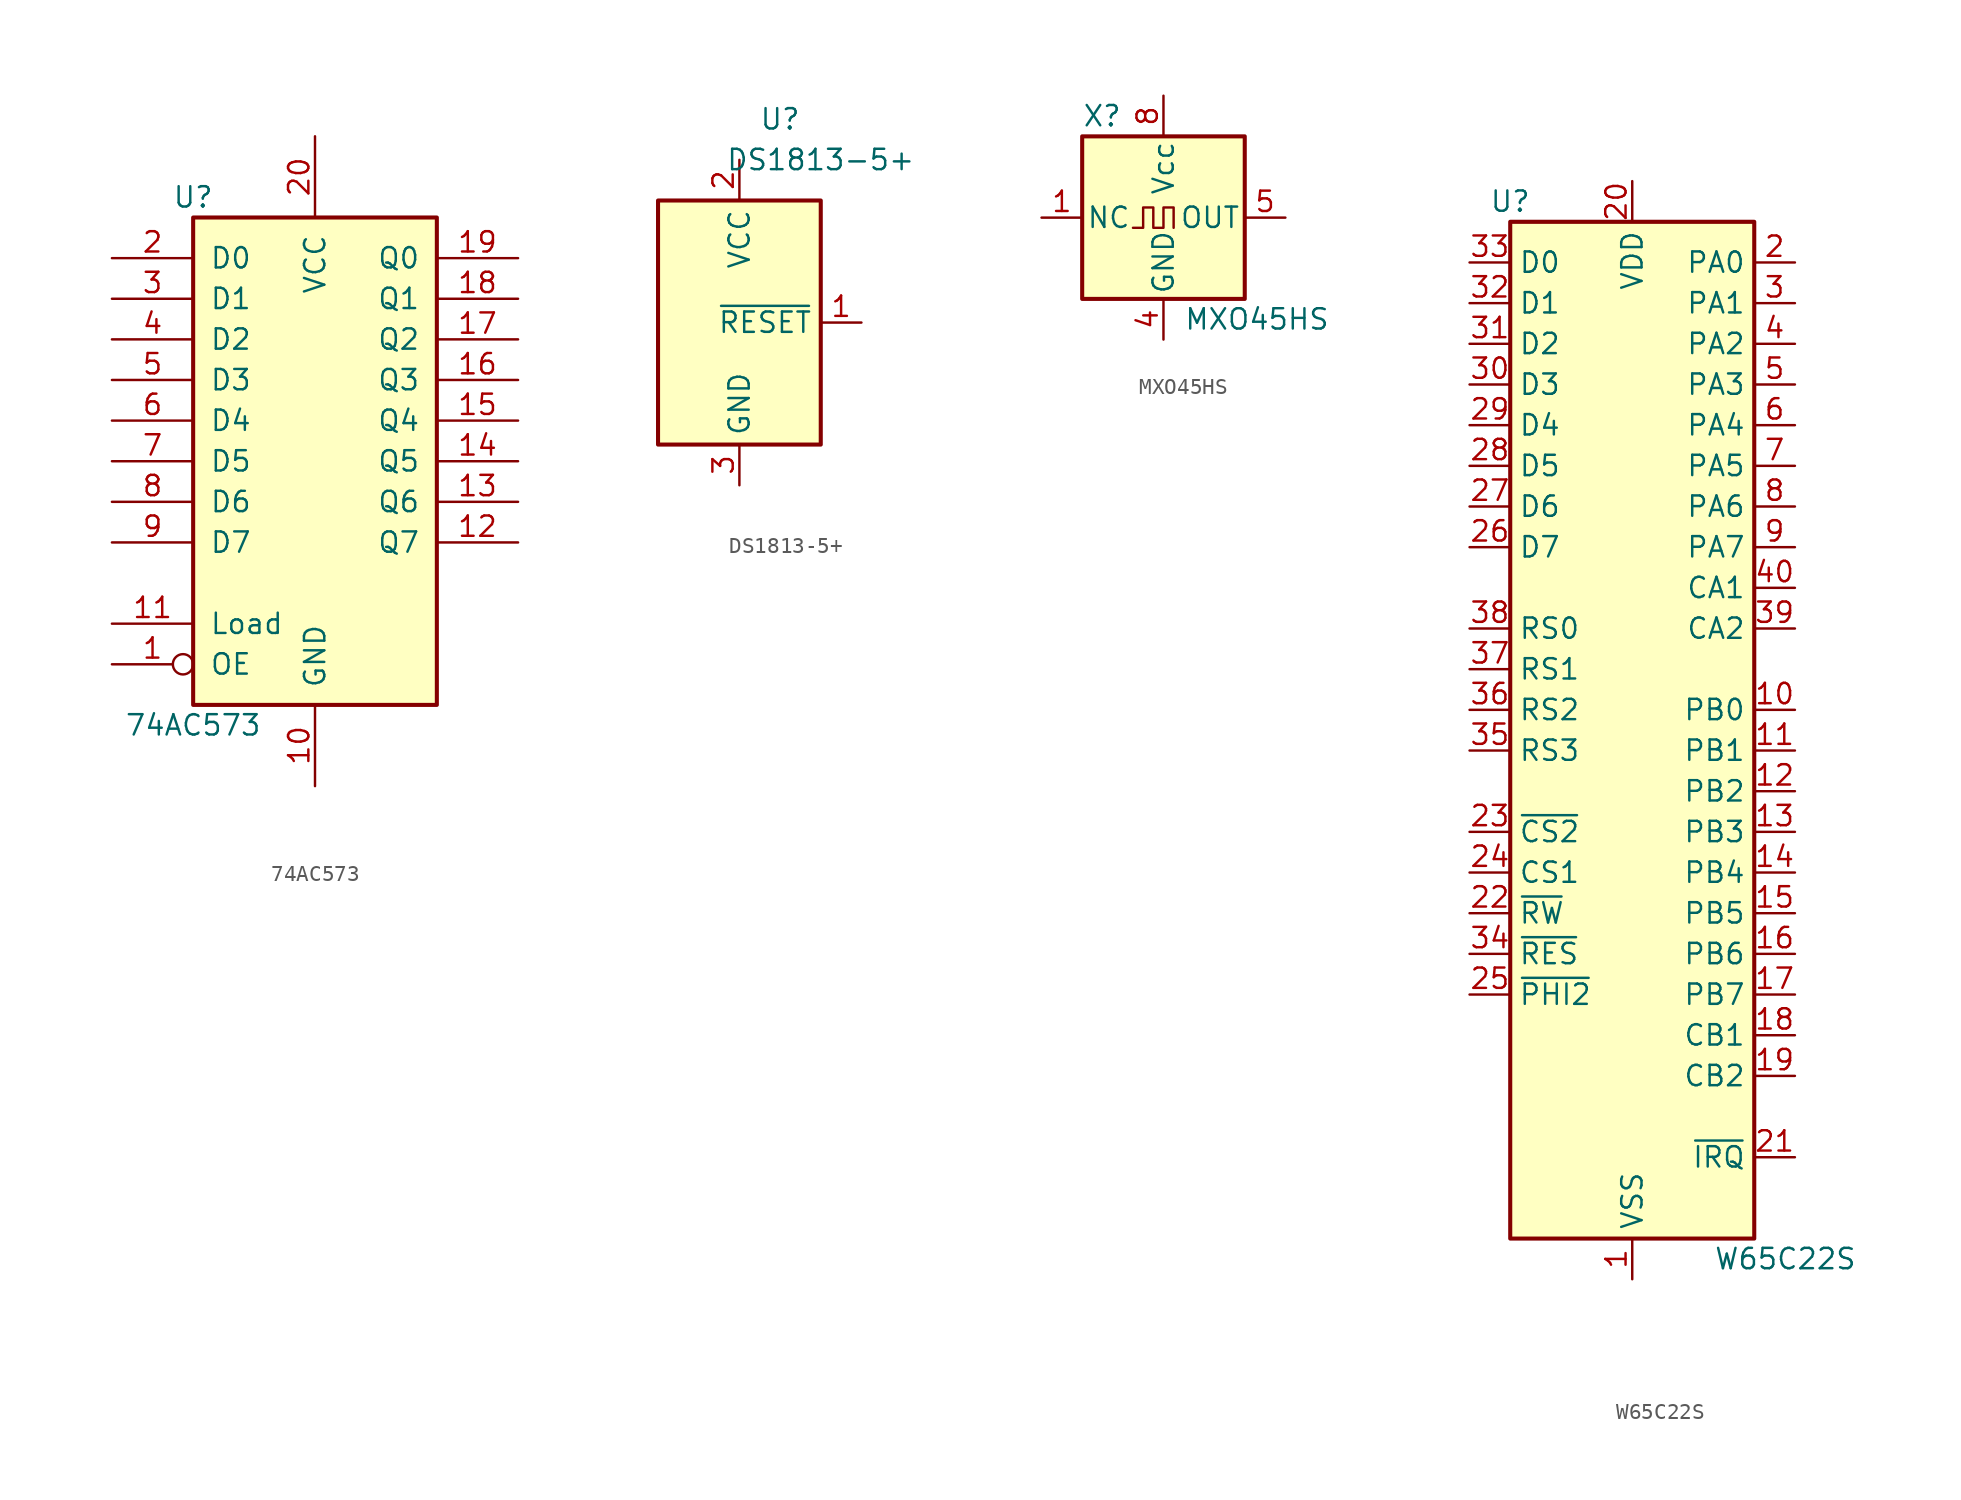
<source format=kicad_sym>
(kicad_symbol_lib
  (version 20211014)
  (generator kicad_symbol_editor)
  (symbol "74AC573"
    (pin_names
      (offset 1.016))
    (property "Reference" "U"
      (at -7.62 16.51 0)
      (effects (font (size 1.27 1.27))))
    (property "Value" "74AC573"
      (at -7.62 -16.51 0)
      (effects (font (size 1.27 1.27))))
    (symbol "74AC573_1_0"
      (pin input inverted (at -12.7 -12.7 0) (length 5.08) (name "OE" (effects (font (size 1.27 1.27)))) (number "1" (effects (font (size 1.27 1.27)))))
      (pin power_in line (at 0 -20.32 90) (length 5.08) (name "GND" (effects (font (size 1.27 1.27)))) (number "10" (effects (font (size 1.27 1.27)))))
      (pin input line (at -12.7 -10.16 0) (length 5.08) (name "Load" (effects (font (size 1.27 1.27)))) (number "11" (effects (font (size 1.27 1.27)))))
      (pin tri_state line (at 12.7 -5.08 180) (length 5.08) (name "Q7" (effects (font (size 1.27 1.27)))) (number "12" (effects (font (size 1.27 1.27)))))
      (pin tri_state line (at 12.7 -2.54 180) (length 5.08) (name "Q6" (effects (font (size 1.27 1.27)))) (number "13" (effects (font (size 1.27 1.27)))))
      (pin tri_state line (at 12.7 0 180) (length 5.08) (name "Q5" (effects (font (size 1.27 1.27)))) (number "14" (effects (font (size 1.27 1.27)))))
      (pin tri_state line (at 12.7 2.54 180) (length 5.08) (name "Q4" (effects (font (size 1.27 1.27)))) (number "15" (effects (font (size 1.27 1.27)))))
      (pin tri_state line (at 12.7 5.08 180) (length 5.08) (name "Q3" (effects (font (size 1.27 1.27)))) (number "16" (effects (font (size 1.27 1.27)))))
      (pin tri_state line (at 12.7 7.62 180) (length 5.08) (name "Q2" (effects (font (size 1.27 1.27)))) (number "17" (effects (font (size 1.27 1.27)))))
      (pin tri_state line (at 12.7 10.16 180) (length 5.08) (name "Q1" (effects (font (size 1.27 1.27)))) (number "18" (effects (font (size 1.27 1.27)))))
      (pin tri_state line (at 12.7 12.7 180) (length 5.08) (name "Q0" (effects (font (size 1.27 1.27)))) (number "19" (effects (font (size 1.27 1.27)))))
      (pin input line (at -12.7 12.7 0) (length 5.08) (name "D0" (effects (font (size 1.27 1.27)))) (number "2" (effects (font (size 1.27 1.27)))))
      (pin power_in line (at 0 20.32 270) (length 5.08) (name "VCC" (effects (font (size 1.27 1.27)))) (number "20" (effects (font (size 1.27 1.27)))))
      (pin input line (at -12.7 10.16 0) (length 5.08) (name "D1" (effects (font (size 1.27 1.27)))) (number "3" (effects (font (size 1.27 1.27)))))
      (pin input line (at -12.7 7.62 0) (length 5.08) (name "D2" (effects (font (size 1.27 1.27)))) (number "4" (effects (font (size 1.27 1.27)))))
      (pin input line (at -12.7 5.08 0) (length 5.08) (name "D3" (effects (font (size 1.27 1.27)))) (number "5" (effects (font (size 1.27 1.27)))))
      (pin input line (at -12.7 2.54 0) (length 5.08) (name "D4" (effects (font (size 1.27 1.27)))) (number "6" (effects (font (size 1.27 1.27)))))
      (pin input line (at -12.7 0 0) (length 5.08) (name "D5" (effects (font (size 1.27 1.27)))) (number "7" (effects (font (size 1.27 1.27)))))
      (pin input line (at -12.7 -2.54 0) (length 5.08) (name "D6" (effects (font (size 1.27 1.27)))) (number "8" (effects (font (size 1.27 1.27)))))
      (pin input line (at -12.7 -5.08 0) (length 5.08) (name "D7" (effects (font (size 1.27 1.27)))) (number "9" (effects (font (size 1.27 1.27))))))
    (symbol "74AC573_1_1"
      (rectangle (start -7.62 15.24) (end 7.62 -15.24) (stroke (width 0.254) (type default) (color 0 0 0 0)) (fill (type background)))))
  (symbol "DS1813-5+"
    (property "Reference" "U"
      (at 2.54 12.7 0)
      (effects (font (size 1.27 1.27))))
    (property "Value" "DS1813-5+"
      (at 5.08 10.16 0)
      (effects (font (size 1.27 1.27))))
    (symbol "DS1813-5+_0_1"
      (rectangle (start 5.08 7.62) (end -5.08 -7.62) (stroke (width 0.254) (type default) (color 0 0 0 0)) (fill (type background))))
    (symbol "DS1813-5+_1_1"
      (pin output line (at 7.62 0 180) (length 2.54) (name "~{RESET}" (effects (font (size 1.27 1.27)))) (number "1" (effects (font (size 1.27 1.27)))))
      (pin power_in line (at 0 10.16 270) (length 2.54) (name "VCC" (effects (font (size 1.27 1.27)))) (number "2" (effects (font (size 1.27 1.27)))))
      (pin power_in line (at 0 -10.16 90) (length 2.54) (name "GND" (effects (font (size 1.27 1.27)))) (number "3" (effects (font (size 1.27 1.27)))))))
  (symbol "MXO45HS"
    (pin_names
      (offset 0.254))
    (property "Reference" "X"
      (at -5.08 6.35 0)
      (effects (font (size 1.27 1.27)) (justify left)))
    (property "Value" "MXO45HS"
      (at 1.27 -6.35 0)
      (effects (font (size 1.27 1.27)) (justify left)))
    (symbol "MXO45HS_0_1"
      (rectangle (start -5.08 5.08) (end 5.08 -5.08) (stroke (width 0.254) (type default) (color 0 0 0 0)) (fill (type background)))
      (polyline (pts (xy -1.905 -0.635) (xy -1.27 -0.635) (xy -1.27 0.635) (xy -0.635 0.635) (xy -0.635 -0.635) (xy 0 -0.635) (xy 0 0.635) (xy 0.635 0.635) (xy 0.635 -0.635)) (stroke (width 0) (type default) (color 0 0 0 0)) (fill (type none))))
    (symbol "MXO45HS_1_1"
      (pin input line (at -7.62 0 0) (length 2.54) (name "NC" (effects (font (size 1.27 1.27)))) (number "1" (effects (font (size 1.27 1.27)))))
      (pin power_in line (at 0 -7.62 90) (length 2.54) (name "GND" (effects (font (size 1.27 1.27)))) (number "4" (effects (font (size 1.27 1.27)))))
      (pin output line (at 7.62 0 180) (length 2.54) (name "OUT" (effects (font (size 1.27 1.27)))) (number "5" (effects (font (size 1.27 1.27)))))
      (pin power_in line (at 0 7.62 270) (length 2.54) (name "Vcc" (effects (font (size 1.27 1.27)))) (number "8" (effects (font (size 1.27 1.27)))))))
  (symbol "W65C22S"
    (property "Reference" "U"
      (at -7.62 31.75 0)
      (effects (font (size 1.27 1.27))))
    (property "Value" "W65C22S"
      (at 5.08 -34.29 0)
      (effects (font (size 1.27 1.27)) (justify left)))
    (symbol "W65C22S_0_0"
      (pin output line (at 10.16 27.94 180) (length 2.54) (name "PA0" (effects (font (size 1.27 1.27)))) (number "2" (effects (font (size 1.27 1.27)))))
      (pin output line (at 10.16 -27.94 180) (length 2.54) (name "~{IRQ}" (effects (font (size 1.27 1.27)))) (number "21" (effects (font (size 1.27 1.27)))))
      (pin input line (at -10.16 -17.78 0) (length 2.54) (name "~{PHI2}" (effects (font (size 1.27 1.27)))) (number "25" (effects (font (size 1.27 1.27)))))
      (pin output line (at 10.16 25.4 180) (length 2.54) (name "PA1" (effects (font (size 1.27 1.27)))) (number "3" (effects (font (size 1.27 1.27)))))
      (pin input line (at -10.16 -15.24 0) (length 2.54) (name "~{RES}" (effects (font (size 1.27 1.27)))) (number "34" (effects (font (size 1.27 1.27)))))
      (pin input line (at -10.16 2.54 0) (length 2.54) (name "RS1" (effects (font (size 1.27 1.27)))) (number "37" (effects (font (size 1.27 1.27)))))
      (pin input line (at -10.16 5.08 0) (length 2.54) (name "RS0" (effects (font (size 1.27 1.27)))) (number "38" (effects (font (size 1.27 1.27)))))
      (pin output line (at 10.16 5.08 180) (length 2.54) (name "CA2" (effects (font (size 1.27 1.27)))) (number "39" (effects (font (size 1.27 1.27)))))
      (pin output line (at 10.16 22.86 180) (length 2.54) (name "PA2" (effects (font (size 1.27 1.27)))) (number "4" (effects (font (size 1.27 1.27)))))
      (pin output line (at 10.16 7.62 180) (length 2.54) (name "CA1" (effects (font (size 1.27 1.27)))) (number "40" (effects (font (size 1.27 1.27)))))
      (pin output line (at 10.16 20.32 180) (length 2.54) (name "PA3" (effects (font (size 1.27 1.27)))) (number "5" (effects (font (size 1.27 1.27)))))
      (pin output line (at 10.16 17.78 180) (length 2.54) (name "PA4" (effects (font (size 1.27 1.27)))) (number "6" (effects (font (size 1.27 1.27)))))
      (pin output line (at 10.16 15.24 180) (length 2.54) (name "PA5" (effects (font (size 1.27 1.27)))) (number "7" (effects (font (size 1.27 1.27))))))
    (symbol "W65C22S_0_1"
      (rectangle (start -7.62 30.48) (end 7.62 -33.02) (stroke (width 0.254) (type default) (color 0 0 0 0)) (fill (type background))))
    (symbol "W65C22S_1_1"
      (pin power_in line (at 0 -35.56 90) (length 2.54) (name "VSS" (effects (font (size 1.27 1.27)))) (number "1" (effects (font (size 1.27 1.27)))))
      (pin output line (at 10.16 0 180) (length 2.54) (name "PB0" (effects (font (size 1.27 1.27)))) (number "10" (effects (font (size 1.27 1.27)))))
      (pin output line (at 10.16 -2.54 180) (length 2.54) (name "PB1" (effects (font (size 1.27 1.27)))) (number "11" (effects (font (size 1.27 1.27)))))
      (pin output line (at 10.16 -5.08 180) (length 2.54) (name "PB2" (effects (font (size 1.27 1.27)))) (number "12" (effects (font (size 1.27 1.27)))))
      (pin output line (at 10.16 -7.62 180) (length 2.54) (name "PB3" (effects (font (size 1.27 1.27)))) (number "13" (effects (font (size 1.27 1.27)))))
      (pin output line (at 10.16 -10.16 180) (length 2.54) (name "PB4" (effects (font (size 1.27 1.27)))) (number "14" (effects (font (size 1.27 1.27)))))
      (pin output line (at 10.16 -12.7 180) (length 2.54) (name "PB5" (effects (font (size 1.27 1.27)))) (number "15" (effects (font (size 1.27 1.27)))))
      (pin output line (at 10.16 -15.24 180) (length 2.54) (name "PB6" (effects (font (size 1.27 1.27)))) (number "16" (effects (font (size 1.27 1.27)))))
      (pin output line (at 10.16 -17.78 180) (length 2.54) (name "PB7" (effects (font (size 1.27 1.27)))) (number "17" (effects (font (size 1.27 1.27)))))
      (pin output line (at 10.16 -20.32 180) (length 2.54) (name "CB1" (effects (font (size 1.27 1.27)))) (number "18" (effects (font (size 1.27 1.27)))))
      (pin output line (at 10.16 -22.86 180) (length 2.54) (name "CB2" (effects (font (size 1.27 1.27)))) (number "19" (effects (font (size 1.27 1.27)))))
      (pin power_in line (at 0 33.02 270) (length 2.54) (name "VDD" (effects (font (size 1.27 1.27)))) (number "20" (effects (font (size 1.27 1.27)))))
      (pin input line (at -10.16 -12.7 0) (length 2.54) (name "~{RW}" (effects (font (size 1.27 1.27)))) (number "22" (effects (font (size 1.27 1.27)))))
      (pin input line (at -10.16 -7.62 0) (length 2.54) (name "~{CS2}" (effects (font (size 1.27 1.27)))) (number "23" (effects (font (size 1.27 1.27)))))
      (pin input line (at -10.16 -10.16 0) (length 2.54) (name "CS1" (effects (font (size 1.27 1.27)))) (number "24" (effects (font (size 1.27 1.27)))))
      (pin tri_state line (at -10.16 10.16 0) (length 2.54) (name "D7" (effects (font (size 1.27 1.27)))) (number "26" (effects (font (size 1.27 1.27)))))
      (pin tri_state line (at -10.16 12.7 0) (length 2.54) (name "D6" (effects (font (size 1.27 1.27)))) (number "27" (effects (font (size 1.27 1.27)))))
      (pin tri_state line (at -10.16 15.24 0) (length 2.54) (name "D5" (effects (font (size 1.27 1.27)))) (number "28" (effects (font (size 1.27 1.27)))))
      (pin tri_state line (at -10.16 17.78 0) (length 2.54) (name "D4" (effects (font (size 1.27 1.27)))) (number "29" (effects (font (size 1.27 1.27)))))
      (pin tri_state line (at -10.16 20.32 0) (length 2.54) (name "D3" (effects (font (size 1.27 1.27)))) (number "30" (effects (font (size 1.27 1.27)))))
      (pin tri_state line (at -10.16 22.86 0) (length 2.54) (name "D2" (effects (font (size 1.27 1.27)))) (number "31" (effects (font (size 1.27 1.27)))))
      (pin tri_state line (at -10.16 25.4 0) (length 2.54) (name "D1" (effects (font (size 1.27 1.27)))) (number "32" (effects (font (size 1.27 1.27)))))
      (pin tri_state line (at -10.16 27.94 0) (length 2.54) (name "D0" (effects (font (size 1.27 1.27)))) (number "33" (effects (font (size 1.27 1.27)))))
      (pin input line (at -10.16 -2.54 0) (length 2.54) (name "RS3" (effects (font (size 1.27 1.27)))) (number "35" (effects (font (size 1.27 1.27)))))
      (pin input line (at -10.16 0 0) (length 2.54) (name "RS2" (effects (font (size 1.27 1.27)))) (number "36" (effects (font (size 1.27 1.27)))))
      (pin output line (at 10.16 12.7 180) (length 2.54) (name "PA6" (effects (font (size 1.27 1.27)))) (number "8" (effects (font (size 1.27 1.27)))))
      (pin output line (at 10.16 10.16 180) (length 2.54) (name "PA7" (effects (font (size 1.27 1.27)))) (number "9" (effects (font (size 1.27 1.27))))))))
</source>
